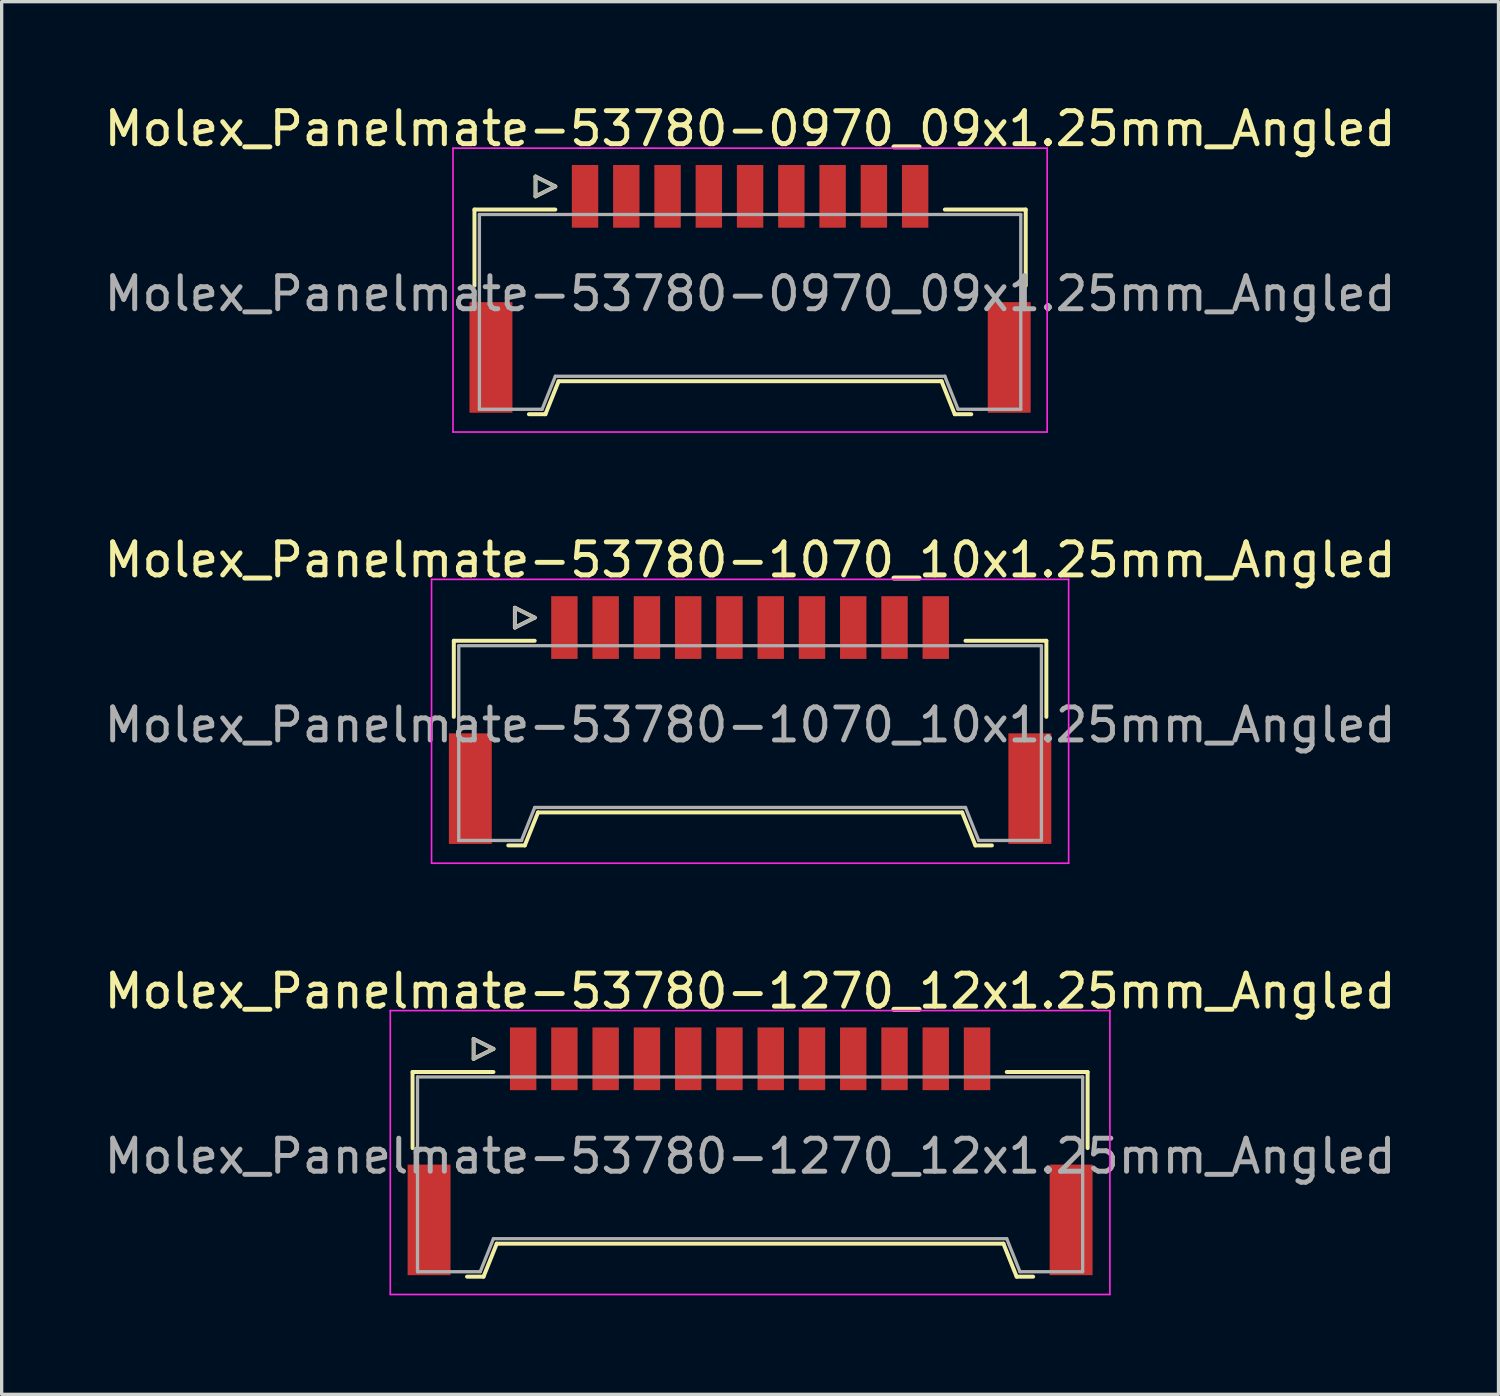
<source format=kicad_pcb>
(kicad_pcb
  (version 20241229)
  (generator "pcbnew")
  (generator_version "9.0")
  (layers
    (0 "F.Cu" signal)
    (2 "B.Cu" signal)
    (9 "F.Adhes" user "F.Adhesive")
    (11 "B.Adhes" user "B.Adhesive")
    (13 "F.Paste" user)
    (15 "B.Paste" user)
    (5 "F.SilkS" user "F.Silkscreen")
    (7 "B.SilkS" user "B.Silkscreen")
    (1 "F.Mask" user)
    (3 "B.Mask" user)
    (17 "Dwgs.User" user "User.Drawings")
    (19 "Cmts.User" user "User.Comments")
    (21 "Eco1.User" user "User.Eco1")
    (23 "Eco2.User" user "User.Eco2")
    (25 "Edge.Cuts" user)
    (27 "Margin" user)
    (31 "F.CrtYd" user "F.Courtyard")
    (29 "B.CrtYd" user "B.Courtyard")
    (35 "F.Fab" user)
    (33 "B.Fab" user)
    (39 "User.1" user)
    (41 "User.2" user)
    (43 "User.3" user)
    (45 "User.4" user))
  (footprint "Molex_Panelmate-53780-1270_12x1.25mm_Angled"
    (layer "F.Cu")
    (at 19.673 31.465)
    (property "Reference" "Molex_Panelmate-53780-1270_12x1.25mm_Angled" (at 0 -4.49 0) (layer "F.SilkS") (effects (font (size 1 1) (thickness 0.15))))
    (attr smd)
    (fp_line (start -10.225 -2.04) (end -10.225 0.265) (stroke (width 0.12) (type solid)) (layer "F.SilkS"))
    (fp_line (start -8.575 4.16) (end -8.075 4.16) (stroke (width 0.12) (type solid)) (layer "F.SilkS"))
    (fp_line (start -8.375 -3.04) (end -8.375 -2.44) (stroke (width 0.12) (type solid)) (layer "F.SilkS"))
    (fp_line (start -8.375 -2.44) (end -7.775 -2.74) (stroke (width 0.12) (type solid)) (layer "F.SilkS"))
    (fp_line (start -8.075 4.16) (end -7.675 3.16) (stroke (width 0.12) (type solid)) (layer "F.SilkS"))
    (fp_line (start -7.775 -2.74) (end -8.375 -3.04) (stroke (width 0.12) (type solid)) (layer "F.SilkS"))
    (fp_line (start -7.775 -2.04) (end -10.225 -2.04) (stroke (width 0.12) (type solid)) (layer "F.SilkS"))
    (fp_line (start -7.675 3.16) (end 7.675 3.16) (stroke (width 0.12) (type solid)) (layer "F.SilkS"))
    (fp_line (start 7.675 3.16) (end 8.075 4.16) (stroke (width 0.12) (type solid)) (layer "F.SilkS"))
    (fp_line (start 7.775 -2.04) (end 10.225 -2.04) (stroke (width 0.12) (type solid)) (layer "F.SilkS"))
    (fp_line (start 8.075 4.16) (end 8.575 4.16) (stroke (width 0.12) (type solid)) (layer "F.SilkS"))
    (fp_line (start 10.225 -2.04) (end 10.225 0.265) (stroke (width 0.12) (type solid)) (layer "F.SilkS"))
    (fp_line (start -10.9 -3.9) (end -10.9 4.7) (stroke (width 0.05) (type solid)) (layer "F.CrtYd"))
    (fp_line (start -10.9 4.7) (end 10.9 4.7) (stroke (width 0.05) (type solid)) (layer "F.CrtYd"))
    (fp_line (start 10.9 -3.9) (end -10.9 -3.9) (stroke (width 0.05) (type solid)) (layer "F.CrtYd"))
    (fp_line (start 10.9 4.7) (end 10.9 -3.9) (stroke (width 0.05) (type solid)) (layer "F.CrtYd"))
    (fp_line (start -10.075 -1.89) (end -10.075 4.01) (stroke (width 0.1) (type solid)) (layer "F.Fab"))
    (fp_line (start -10.075 4.01) (end -8.175 4.01) (stroke (width 0.1) (type solid)) (layer "F.Fab"))
    (fp_line (start -8.375 -3.04) (end -8.375 -2.44) (stroke (width 0.1) (type solid)) (layer "F.Fab"))
    (fp_line (start -8.375 -2.44) (end -7.775 -2.74) (stroke (width 0.1) (type solid)) (layer "F.Fab"))
    (fp_line (start -8.175 4.01) (end -7.775 3.01) (stroke (width 0.1) (type solid)) (layer "F.Fab"))
    (fp_line (start -7.775 -2.74) (end -8.375 -3.04) (stroke (width 0.1) (type solid)) (layer "F.Fab"))
    (fp_line (start -7.775 3.01) (end 7.775 3.01) (stroke (width 0.1) (type solid)) (layer "F.Fab"))
    (fp_line (start 7.775 3.01) (end 8.175 4.01) (stroke (width 0.1) (type solid)) (layer "F.Fab"))
    (fp_line (start 8.175 4.01) (end 10.075 4.01) (stroke (width 0.1) (type solid)) (layer "F.Fab"))
    (fp_line (start 10.075 -1.89) (end -10.075 -1.89) (stroke (width 0.1) (type solid)) (layer "F.Fab"))
    (fp_line (start 10.075 4.01) (end 10.075 -1.89) (stroke (width 0.1) (type solid)) (layer "F.Fab"))
    (fp_text user "${REFERENCE}" (at 0 0.51 0) (layer "F.Fab") (effects (font (size 1 1) (thickness 0.15))))
    (pad "" smd rect (at -9.725 2.44) (size 1.3 3.35) (layers "F.Cu" "F.Mask" "F.Paste"))
    (pad "" smd rect (at 9.725 2.44) (size 1.3 3.35) (layers "F.Cu" "F.Mask" "F.Paste"))
    (pad "1" smd rect (at -6.875 -2.44) (size 0.8 1.9) (layers "F.Cu" "F.Mask" "F.Paste"))
    (pad "2" smd rect (at -5.625 -2.44) (size 0.8 1.9) (layers "F.Cu" "F.Mask" "F.Paste"))
    (pad "3" smd rect (at -4.375 -2.44) (size 0.8 1.9) (layers "F.Cu" "F.Mask" "F.Paste"))
    (pad "4" smd rect (at -3.125 -2.44) (size 0.8 1.9) (layers "F.Cu" "F.Mask" "F.Paste"))
    (pad "5" smd rect (at -1.875 -2.44) (size 0.8 1.9) (layers "F.Cu" "F.Mask" "F.Paste"))
    (pad "6" smd rect (at -0.625 -2.44) (size 0.8 1.9) (layers "F.Cu" "F.Mask" "F.Paste"))
    (pad "7" smd rect (at 0.625 -2.44) (size 0.8 1.9) (layers "F.Cu" "F.Mask" "F.Paste"))
    (pad "8" smd rect (at 1.875 -2.44) (size 0.8 1.9) (layers "F.Cu" "F.Mask" "F.Paste"))
    (pad "9" smd rect (at 3.125 -2.44) (size 0.8 1.9) (layers "F.Cu" "F.Mask" "F.Paste"))
    (pad "10" smd rect (at 4.375 -2.44) (size 0.8 1.9) (layers "F.Cu" "F.Mask" "F.Paste"))
    (pad "11" smd rect (at 5.625 -2.44) (size 0.8 1.9) (layers "F.Cu" "F.Mask" "F.Paste"))
    (pad "12" smd rect (at 6.875 -2.44) (size 0.8 1.9) (layers "F.Cu" "F.Mask" "F.Paste")))
  (footprint "Molex_Panelmate-53780-0970_09x1.25mm_Angled"
    (layer "F.Cu")
    (at 19.673 5.338)
    (property "Reference" "Molex_Panelmate-53780-0970_09x1.25mm_Angled" (at 0 -4.49 0) (layer "F.SilkS") (effects (font (size 1 1) (thickness 0.15))))
    (attr smd)
    (fp_line (start -8.35 -2.04) (end -8.35 0.265) (stroke (width 0.12) (type solid)) (layer "F.SilkS"))
    (fp_line (start -6.7 4.16) (end -6.2 4.16) (stroke (width 0.12) (type solid)) (layer "F.SilkS"))
    (fp_line (start -6.5 -3.04) (end -6.5 -2.44) (stroke (width 0.12) (type solid)) (layer "F.SilkS"))
    (fp_line (start -6.5 -2.44) (end -5.9 -2.74) (stroke (width 0.12) (type solid)) (layer "F.SilkS"))
    (fp_line (start -6.2 4.16) (end -5.8 3.16) (stroke (width 0.12) (type solid)) (layer "F.SilkS"))
    (fp_line (start -5.9 -2.74) (end -6.5 -3.04) (stroke (width 0.12) (type solid)) (layer "F.SilkS"))
    (fp_line (start -5.9 -2.04) (end -8.35 -2.04) (stroke (width 0.12) (type solid)) (layer "F.SilkS"))
    (fp_line (start -5.8 3.16) (end 5.8 3.16) (stroke (width 0.12) (type solid)) (layer "F.SilkS"))
    (fp_line (start 5.8 3.16) (end 6.2 4.16) (stroke (width 0.12) (type solid)) (layer "F.SilkS"))
    (fp_line (start 5.9 -2.04) (end 8.35 -2.04) (stroke (width 0.12) (type solid)) (layer "F.SilkS"))
    (fp_line (start 6.2 4.16) (end 6.7 4.16) (stroke (width 0.12) (type solid)) (layer "F.SilkS"))
    (fp_line (start 8.35 -2.04) (end 8.35 0.265) (stroke (width 0.12) (type solid)) (layer "F.SilkS"))
    (fp_line (start -9 -3.9) (end -9 4.7) (stroke (width 0.05) (type solid)) (layer "F.CrtYd"))
    (fp_line (start -9 4.7) (end 9 4.7) (stroke (width 0.05) (type solid)) (layer "F.CrtYd"))
    (fp_line (start 9 -3.9) (end -9 -3.9) (stroke (width 0.05) (type solid)) (layer "F.CrtYd"))
    (fp_line (start 9 4.7) (end 9 -3.9) (stroke (width 0.05) (type solid)) (layer "F.CrtYd"))
    (fp_line (start -8.2 -1.89) (end -8.2 4.01) (stroke (width 0.1) (type solid)) (layer "F.Fab"))
    (fp_line (start -8.2 4.01) (end -6.3 4.01) (stroke (width 0.1) (type solid)) (layer "F.Fab"))
    (fp_line (start -6.5 -3.04) (end -6.5 -2.44) (stroke (width 0.1) (type solid)) (layer "F.Fab"))
    (fp_line (start -6.5 -2.44) (end -5.9 -2.74) (stroke (width 0.1) (type solid)) (layer "F.Fab"))
    (fp_line (start -6.3 4.01) (end -5.9 3.01) (stroke (width 0.1) (type solid)) (layer "F.Fab"))
    (fp_line (start -5.9 -2.74) (end -6.5 -3.04) (stroke (width 0.1) (type solid)) (layer "F.Fab"))
    (fp_line (start -5.9 3.01) (end 5.9 3.01) (stroke (width 0.1) (type solid)) (layer "F.Fab"))
    (fp_line (start 5.9 3.01) (end 6.3 4.01) (stroke (width 0.1) (type solid)) (layer "F.Fab"))
    (fp_line (start 6.3 4.01) (end 8.2 4.01) (stroke (width 0.1) (type solid)) (layer "F.Fab"))
    (fp_line (start 8.2 -1.89) (end -8.2 -1.89) (stroke (width 0.1) (type solid)) (layer "F.Fab"))
    (fp_line (start 8.2 4.01) (end 8.2 -1.89) (stroke (width 0.1) (type solid)) (layer "F.Fab"))
    (fp_text user "${REFERENCE}" (at 0 0.51 0) (layer "F.Fab") (effects (font (size 1 1) (thickness 0.15))))
    (pad "" smd rect (at -7.85 2.44) (size 1.3 3.35) (layers "F.Cu" "F.Mask" "F.Paste"))
    (pad "" smd rect (at 7.85 2.44) (size 1.3 3.35) (layers "F.Cu" "F.Mask" "F.Paste"))
    (pad "1" smd rect (at -5 -2.44) (size 0.8 1.9) (layers "F.Cu" "F.Mask" "F.Paste"))
    (pad "2" smd rect (at -3.75 -2.44) (size 0.8 1.9) (layers "F.Cu" "F.Mask" "F.Paste"))
    (pad "3" smd rect (at -2.5 -2.44) (size 0.8 1.9) (layers "F.Cu" "F.Mask" "F.Paste"))
    (pad "4" smd rect (at -1.25 -2.44) (size 0.8 1.9) (layers "F.Cu" "F.Mask" "F.Paste"))
    (pad "5" smd rect (at 0 -2.44) (size 0.8 1.9) (layers "F.Cu" "F.Mask" "F.Paste"))
    (pad "6" smd rect (at 1.25 -2.44) (size 0.8 1.9) (layers "F.Cu" "F.Mask" "F.Paste"))
    (pad "7" smd rect (at 2.5 -2.44) (size 0.8 1.9) (layers "F.Cu" "F.Mask" "F.Paste"))
    (pad "8" smd rect (at 3.75 -2.44) (size 0.8 1.9) (layers "F.Cu" "F.Mask" "F.Paste"))
    (pad "9" smd rect (at 5 -2.44) (size 0.8 1.9) (layers "F.Cu" "F.Mask" "F.Paste")))
  (footprint "Molex_Panelmate-53780-1070_10x1.25mm_Angled"
    (layer "F.Cu")
    (at 19.673 18.401)
    (property "Reference" "Molex_Panelmate-53780-1070_10x1.25mm_Angled" (at 0 -4.49 0) (layer "F.SilkS") (effects (font (size 1 1) (thickness 0.15))))
    (attr smd)
    (fp_line (start -8.975 -2.04) (end -8.975 0.265) (stroke (width 0.12) (type solid)) (layer "F.SilkS"))
    (fp_line (start -7.325 4.16) (end -6.825 4.16) (stroke (width 0.12) (type solid)) (layer "F.SilkS"))
    (fp_line (start -7.125 -3.04) (end -7.125 -2.44) (stroke (width 0.12) (type solid)) (layer "F.SilkS"))
    (fp_line (start -7.125 -2.44) (end -6.525 -2.74) (stroke (width 0.12) (type solid)) (layer "F.SilkS"))
    (fp_line (start -6.825 4.16) (end -6.425 3.16) (stroke (width 0.12) (type solid)) (layer "F.SilkS"))
    (fp_line (start -6.525 -2.74) (end -7.125 -3.04) (stroke (width 0.12) (type solid)) (layer "F.SilkS"))
    (fp_line (start -6.525 -2.04) (end -8.975 -2.04) (stroke (width 0.12) (type solid)) (layer "F.SilkS"))
    (fp_line (start -6.425 3.16) (end 6.425 3.16) (stroke (width 0.12) (type solid)) (layer "F.SilkS"))
    (fp_line (start 6.425 3.16) (end 6.825 4.16) (stroke (width 0.12) (type solid)) (layer "F.SilkS"))
    (fp_line (start 6.525 -2.04) (end 8.975 -2.04) (stroke (width 0.12) (type solid)) (layer "F.SilkS"))
    (fp_line (start 6.825 4.16) (end 7.325 4.16) (stroke (width 0.12) (type solid)) (layer "F.SilkS"))
    (fp_line (start 8.975 -2.04) (end 8.975 0.265) (stroke (width 0.12) (type solid)) (layer "F.SilkS"))
    (fp_line (start -9.65 -3.9) (end -9.65 4.7) (stroke (width 0.05) (type solid)) (layer "F.CrtYd"))
    (fp_line (start -9.65 4.7) (end 9.65 4.7) (stroke (width 0.05) (type solid)) (layer "F.CrtYd"))
    (fp_line (start 9.65 -3.9) (end -9.65 -3.9) (stroke (width 0.05) (type solid)) (layer "F.CrtYd"))
    (fp_line (start 9.65 4.7) (end 9.65 -3.9) (stroke (width 0.05) (type solid)) (layer "F.CrtYd"))
    (fp_line (start -8.825 -1.89) (end -8.825 4.01) (stroke (width 0.1) (type solid)) (layer "F.Fab"))
    (fp_line (start -8.825 4.01) (end -6.925 4.01) (stroke (width 0.1) (type solid)) (layer "F.Fab"))
    (fp_line (start -7.125 -3.04) (end -7.125 -2.44) (stroke (width 0.1) (type solid)) (layer "F.Fab"))
    (fp_line (start -7.125 -2.44) (end -6.525 -2.74) (stroke (width 0.1) (type solid)) (layer "F.Fab"))
    (fp_line (start -6.925 4.01) (end -6.525 3.01) (stroke (width 0.1) (type solid)) (layer "F.Fab"))
    (fp_line (start -6.525 -2.74) (end -7.125 -3.04) (stroke (width 0.1) (type solid)) (layer "F.Fab"))
    (fp_line (start -6.525 3.01) (end 6.525 3.01) (stroke (width 0.1) (type solid)) (layer "F.Fab"))
    (fp_line (start 6.525 3.01) (end 6.925 4.01) (stroke (width 0.1) (type solid)) (layer "F.Fab"))
    (fp_line (start 6.925 4.01) (end 8.825 4.01) (stroke (width 0.1) (type solid)) (layer "F.Fab"))
    (fp_line (start 8.825 -1.89) (end -8.825 -1.89) (stroke (width 0.1) (type solid)) (layer "F.Fab"))
    (fp_line (start 8.825 4.01) (end 8.825 -1.89) (stroke (width 0.1) (type solid)) (layer "F.Fab"))
    (fp_text user "${REFERENCE}" (at 0 0.51 0) (layer "F.Fab") (effects (font (size 1 1) (thickness 0.15))))
    (pad "" smd rect (at -8.475 2.44) (size 1.3 3.35) (layers "F.Cu" "F.Mask" "F.Paste"))
    (pad "" smd rect (at 8.475 2.44) (size 1.3 3.35) (layers "F.Cu" "F.Mask" "F.Paste"))
    (pad "1" smd rect (at -5.625 -2.44) (size 0.8 1.9) (layers "F.Cu" "F.Mask" "F.Paste"))
    (pad "2" smd rect (at -4.375 -2.44) (size 0.8 1.9) (layers "F.Cu" "F.Mask" "F.Paste"))
    (pad "3" smd rect (at -3.125 -2.44) (size 0.8 1.9) (layers "F.Cu" "F.Mask" "F.Paste"))
    (pad "4" smd rect (at -1.875 -2.44) (size 0.8 1.9) (layers "F.Cu" "F.Mask" "F.Paste"))
    (pad "5" smd rect (at -0.625 -2.44) (size 0.8 1.9) (layers "F.Cu" "F.Mask" "F.Paste"))
    (pad "6" smd rect (at 0.625 -2.44) (size 0.8 1.9) (layers "F.Cu" "F.Mask" "F.Paste"))
    (pad "7" smd rect (at 1.875 -2.44) (size 0.8 1.9) (layers "F.Cu" "F.Mask" "F.Paste"))
    (pad "8" smd rect (at 3.125 -2.44) (size 0.8 1.9) (layers "F.Cu" "F.Mask" "F.Paste"))
    (pad "9" smd rect (at 4.375 -2.44) (size 0.8 1.9) (layers "F.Cu" "F.Mask" "F.Paste"))
    (pad "10" smd rect (at 5.625 -2.44) (size 0.8 1.9) (layers "F.Cu" "F.Mask" "F.Paste")))
  (gr_rect
    (start -3 -3)
    (end 42.345 39.19)
    (stroke (width 0.1) (type default))
    (fill no)
    (layer "Edge.Cuts")))
</source>
